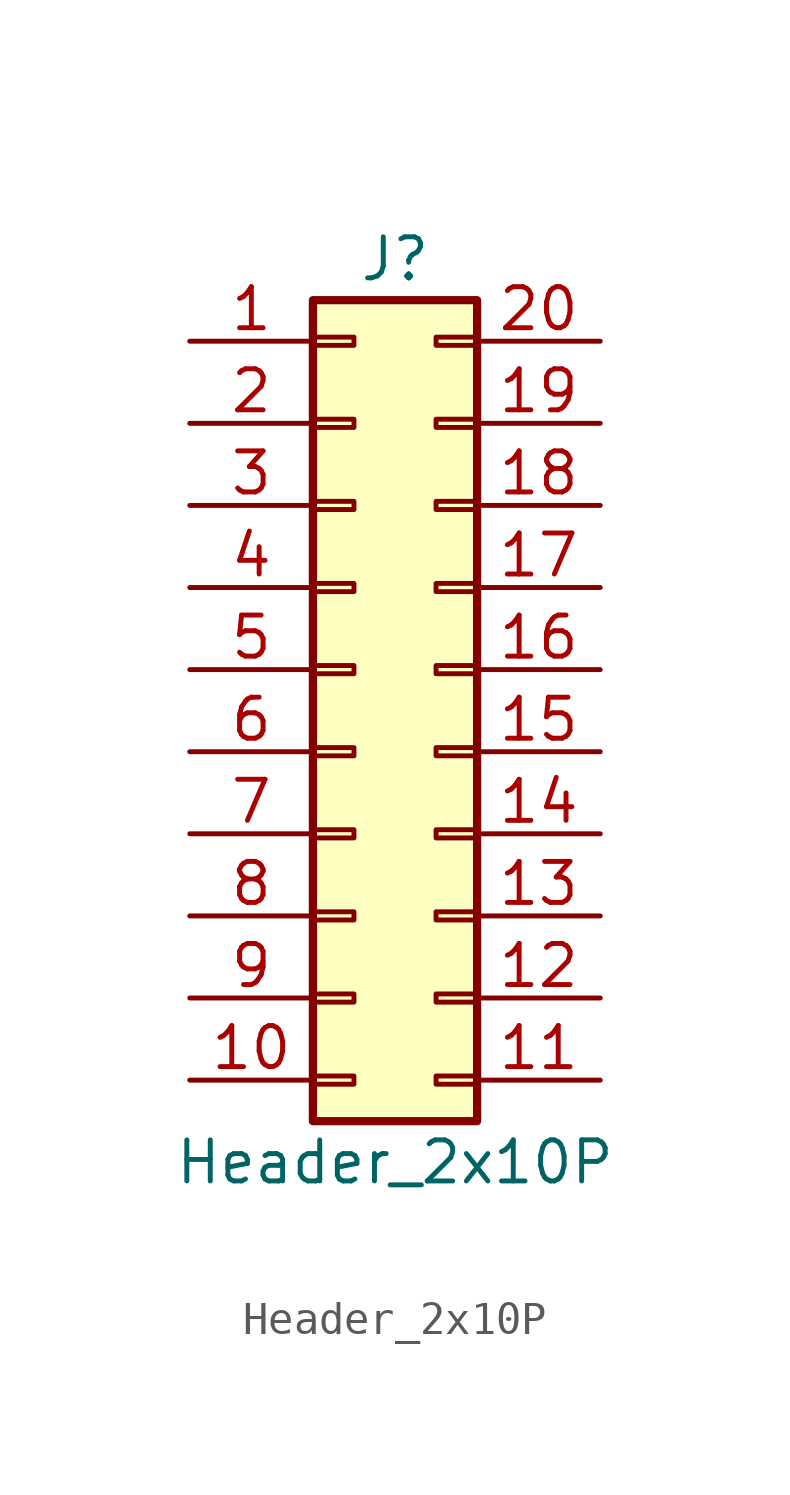
<source format=kicad_sym>
(kicad_symbol_lib
  (version 20220914)
  (generator kicad_symbol_editor)
  (symbol "Header_2x10P"
    (pin_names
      (offset 1.016) hide)
    (property "Reference" "J"
      (at 1.27 12.7 0)
      (effects (font (size 1.27 1.27))))
    (property "Value" "Header_2x10P"
      (at 1.27 -15.24 0)
      (effects (font (size 1.27 1.27))))
    (symbol "Header_2x10P_1_1"
      (rectangle (start -1.27 -12.573) (end 0 -12.827) (stroke (width 0.152) (type default)) (fill (type none)))
      (rectangle (start -1.27 -10.033) (end 0 -10.287) (stroke (width 0.152) (type default)) (fill (type none)))
      (rectangle (start -1.27 -7.493) (end 0 -7.747) (stroke (width 0.152) (type default)) (fill (type none)))
      (rectangle (start -1.27 -4.953) (end 0 -5.207) (stroke (width 0.152) (type default)) (fill (type none)))
      (rectangle (start -1.27 -2.413) (end 0 -2.667) (stroke (width 0.152) (type default)) (fill (type none)))
      (rectangle (start -1.27 0.127) (end 0 -0.127) (stroke (width 0.152) (type default)) (fill (type none)))
      (rectangle (start -1.27 2.667) (end 0 2.413) (stroke (width 0.152) (type default)) (fill (type none)))
      (rectangle (start -1.27 5.207) (end 0 4.953) (stroke (width 0.152) (type default)) (fill (type none)))
      (rectangle (start -1.27 7.747) (end 0 7.493) (stroke (width 0.152) (type default)) (fill (type none)))
      (rectangle (start -1.27 10.287) (end 0 10.033) (stroke (width 0.152) (type default)) (fill (type none)))
      (rectangle (start -1.27 11.43) (end 3.81 -13.97) (stroke (width 0.254) (type default)) (fill (type background)))
      (rectangle (start 3.81 -12.573) (end 2.54 -12.827) (stroke (width 0.152) (type default)) (fill (type none)))
      (rectangle (start 3.81 -10.033) (end 2.54 -10.287) (stroke (width 0.152) (type default)) (fill (type none)))
      (rectangle (start 3.81 -7.493) (end 2.54 -7.747) (stroke (width 0.152) (type default)) (fill (type none)))
      (rectangle (start 3.81 -4.953) (end 2.54 -5.207) (stroke (width 0.152) (type default)) (fill (type none)))
      (rectangle (start 3.81 -2.413) (end 2.54 -2.667) (stroke (width 0.152) (type default)) (fill (type none)))
      (rectangle (start 3.81 0.127) (end 2.54 -0.127) (stroke (width 0.152) (type default)) (fill (type none)))
      (rectangle (start 3.81 2.667) (end 2.54 2.413) (stroke (width 0.152) (type default)) (fill (type none)))
      (rectangle (start 3.81 5.207) (end 2.54 4.953) (stroke (width 0.152) (type default)) (fill (type none)))
      (rectangle (start 3.81 7.747) (end 2.54 7.493) (stroke (width 0.152) (type default)) (fill (type none)))
      (rectangle (start 3.81 10.287) (end 2.54 10.033) (stroke (width 0.152) (type default)) (fill (type none)))
      (pin passive line (at -5.08 10.16 0) (length 3.81) (name "Pin_1" (effects (font (size 1.27 1.27)))) (number "1" (effects (font (size 1.27 1.27)))))
      (pin passive line (at -5.08 -12.7 0) (length 3.81) (name "Pin_10" (effects (font (size 1.27 1.27)))) (number "10" (effects (font (size 1.27 1.27)))))
      (pin passive line (at 7.62 -12.7 180) (length 3.81) (name "Pin_11" (effects (font (size 1.27 1.27)))) (number "11" (effects (font (size 1.27 1.27)))))
      (pin passive line (at 7.62 -10.16 180) (length 3.81) (name "Pin_12" (effects (font (size 1.27 1.27)))) (number "12" (effects (font (size 1.27 1.27)))))
      (pin passive line (at 7.62 -7.62 180) (length 3.81) (name "Pin_13" (effects (font (size 1.27 1.27)))) (number "13" (effects (font (size 1.27 1.27)))))
      (pin passive line (at 7.62 -5.08 180) (length 3.81) (name "Pin_14" (effects (font (size 1.27 1.27)))) (number "14" (effects (font (size 1.27 1.27)))))
      (pin passive line (at 7.62 -2.54 180) (length 3.81) (name "Pin_15" (effects (font (size 1.27 1.27)))) (number "15" (effects (font (size 1.27 1.27)))))
      (pin passive line (at 7.62 0 180) (length 3.81) (name "Pin_16" (effects (font (size 1.27 1.27)))) (number "16" (effects (font (size 1.27 1.27)))))
      (pin passive line (at 7.62 2.54 180) (length 3.81) (name "Pin_17" (effects (font (size 1.27 1.27)))) (number "17" (effects (font (size 1.27 1.27)))))
      (pin passive line (at 7.62 5.08 180) (length 3.81) (name "Pin_18" (effects (font (size 1.27 1.27)))) (number "18" (effects (font (size 1.27 1.27)))))
      (pin passive line (at 7.62 7.62 180) (length 3.81) (name "Pin_19" (effects (font (size 1.27 1.27)))) (number "19" (effects (font (size 1.27 1.27)))))
      (pin passive line (at -5.08 7.62 0) (length 3.81) (name "Pin_2" (effects (font (size 1.27 1.27)))) (number "2" (effects (font (size 1.27 1.27)))))
      (pin passive line (at 7.62 10.16 180) (length 3.81) (name "Pin_20" (effects (font (size 1.27 1.27)))) (number "20" (effects (font (size 1.27 1.27)))))
      (pin passive line (at -5.08 5.08 0) (length 3.81) (name "Pin_3" (effects (font (size 1.27 1.27)))) (number "3" (effects (font (size 1.27 1.27)))))
      (pin passive line (at -5.08 2.54 0) (length 3.81) (name "Pin_4" (effects (font (size 1.27 1.27)))) (number "4" (effects (font (size 1.27 1.27)))))
      (pin passive line (at -5.08 0 0) (length 3.81) (name "Pin_5" (effects (font (size 1.27 1.27)))) (number "5" (effects (font (size 1.27 1.27)))))
      (pin passive line (at -5.08 -2.54 0) (length 3.81) (name "Pin_6" (effects (font (size 1.27 1.27)))) (number "6" (effects (font (size 1.27 1.27)))))
      (pin passive line (at -5.08 -5.08 0) (length 3.81) (name "Pin_7" (effects (font (size 1.27 1.27)))) (number "7" (effects (font (size 1.27 1.27)))))
      (pin passive line (at -5.08 -7.62 0) (length 3.81) (name "Pin_8" (effects (font (size 1.27 1.27)))) (number "8" (effects (font (size 1.27 1.27)))))
      (pin passive line (at -5.08 -10.16 0) (length 3.81) (name "Pin_9" (effects (font (size 1.27 1.27)))) (number "9" (effects (font (size 1.27 1.27))))))))
</source>
